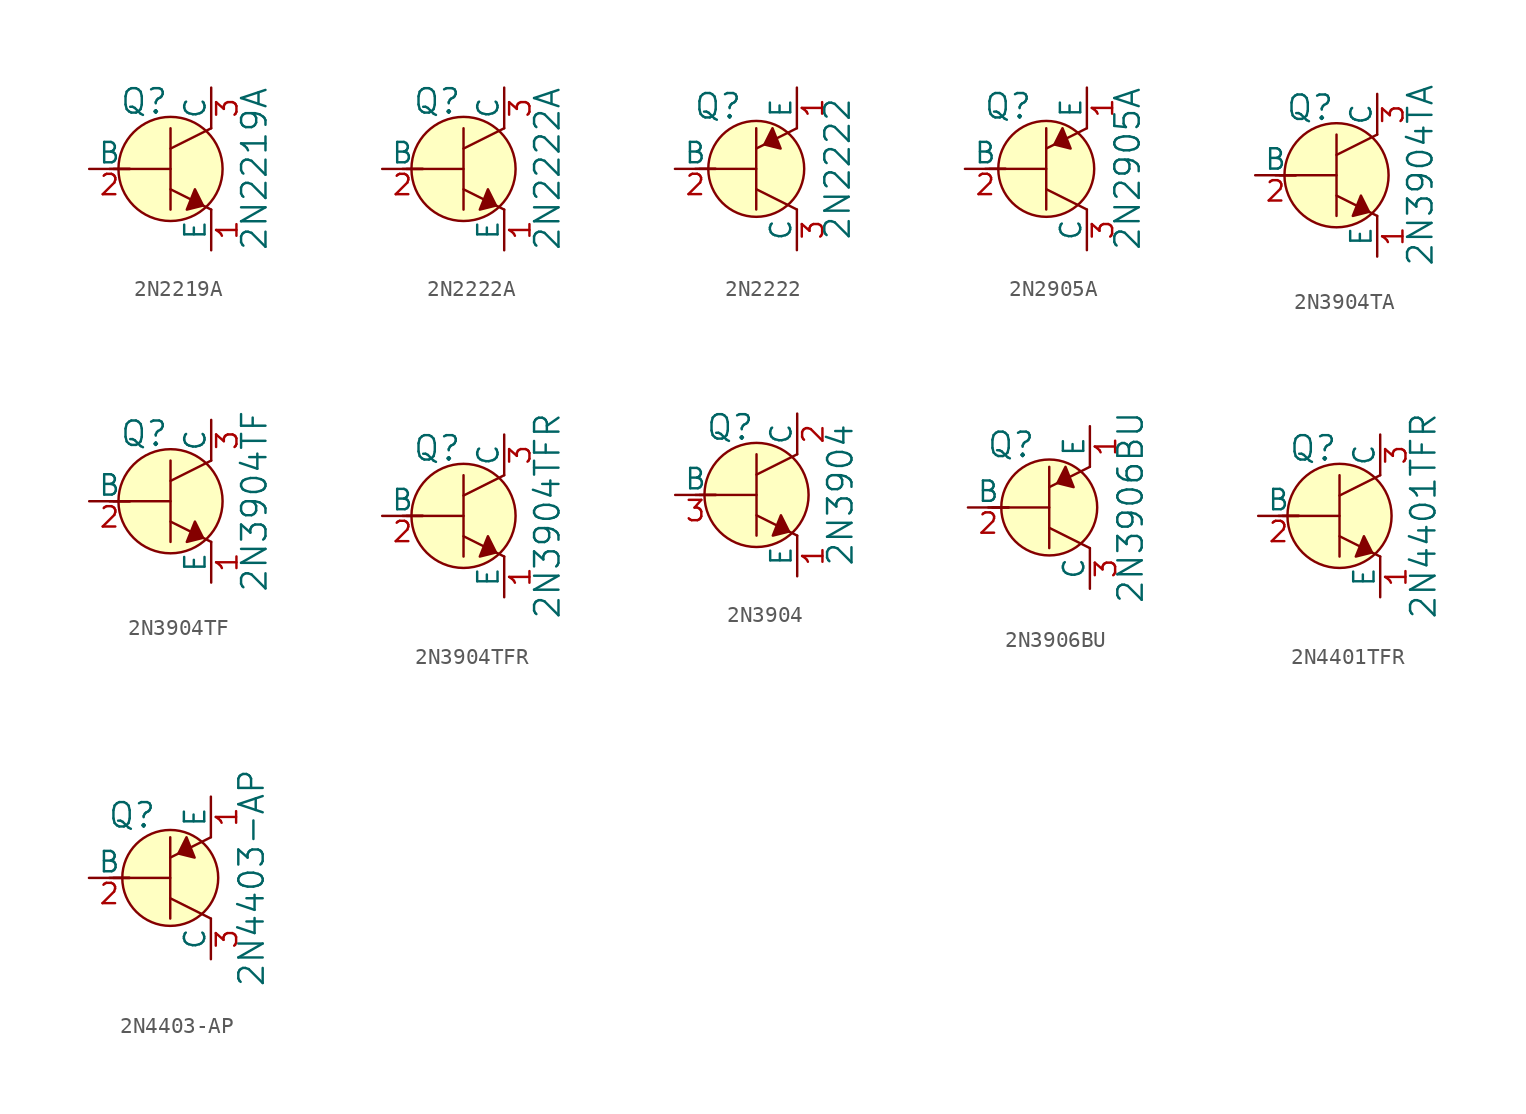
<source format=kicad_sym>
(kicad_symbol_lib
  (version 20220914)
  (generator kicad_symbol_editor)
  (symbol "2N2219A"
    (pin_names
      (offset 0))
    (property "Reference" "Q"
      (at -3.2 4.216 0)
      (effects (font (size 1.524 1.524)) (justify left)))
    (property "Value" "2N2219A"
      (at 5.232 0 90)
      (effects (font (size 1.524 1.524))))
    (symbol "2N2219A_0_1"
      (polyline (pts (xy -3.81 0) (xy -2.54 0)) (stroke (width 0) (type default)) (fill (type none)))
      (polyline (pts (xy -3.556 0) (xy 0 0)) (stroke (width 0) (type default)) (fill (type none)))
      (polyline (pts (xy 0 -1.27) (xy 2.54 -2.54)) (stroke (width 0) (type default)) (fill (type none)))
      (polyline (pts (xy 0 1.27) (xy 2.54 2.54)) (stroke (width 0) (type default)) (fill (type none)))
      (polyline (pts (xy 0 2.54) (xy 0 -2.54)) (stroke (width 0) (type default)) (fill (type none)))
      (polyline (pts (xy 1.524 -1.27) (xy 2.032 -2.286) (xy 1.016 -2.54) (xy 1.524 -1.27)) (stroke (width 0) (type default)) (fill (type outline)))
      (circle (center 0 0) (radius 3.251) (stroke (width 0) (type default)) (fill (type background))))
    (symbol "2N2219A_1_1"
      (pin passive line (at 2.54 -5.08 90) (length 2.54) (name "E" (effects (font (size 1.27 1.27)))) (number "1" (effects (font (size 1.27 1.27)))))
      (pin input line (at -5.08 0 0) (length 2.54) (name "B" (effects (font (size 1.27 1.27)))) (number "2" (effects (font (size 1.27 1.27)))))
      (pin passive line (at 2.54 5.08 270) (length 2.54) (name "C" (effects (font (size 1.27 1.27)))) (number "3" (effects (font (size 1.27 1.27)))))))
  (symbol "2N2222A"
    (pin_names
      (offset 0))
    (property "Reference" "Q"
      (at -3.2 4.216 0)
      (effects (font (size 1.524 1.524)) (justify left)))
    (property "Value" "2N2222A"
      (at 5.232 0 90)
      (effects (font (size 1.524 1.524))))
    (symbol "2N2222A_0_1"
      (polyline (pts (xy -3.81 0) (xy -2.54 0)) (stroke (width 0) (type default)) (fill (type none)))
      (polyline (pts (xy -3.556 0) (xy 0 0)) (stroke (width 0) (type default)) (fill (type none)))
      (polyline (pts (xy 0 -1.27) (xy 2.54 -2.54)) (stroke (width 0) (type default)) (fill (type none)))
      (polyline (pts (xy 0 1.27) (xy 2.54 2.54)) (stroke (width 0) (type default)) (fill (type none)))
      (polyline (pts (xy 0 2.54) (xy 0 -2.54)) (stroke (width 0) (type default)) (fill (type none)))
      (polyline (pts (xy 1.524 -1.27) (xy 2.032 -2.286) (xy 1.016 -2.54) (xy 1.524 -1.27)) (stroke (width 0) (type default)) (fill (type outline)))
      (circle (center 0 0) (radius 3.251) (stroke (width 0) (type default)) (fill (type background))))
    (symbol "2N2222A_1_1"
      (pin passive line (at 2.54 -5.08 90) (length 2.54) (name "E" (effects (font (size 1.27 1.27)))) (number "1" (effects (font (size 1.27 1.27)))))
      (pin input line (at -5.08 0 0) (length 2.54) (name "B" (effects (font (size 1.27 1.27)))) (number "2" (effects (font (size 1.27 1.27)))))
      (pin passive line (at 2.54 5.08 270) (length 2.54) (name "C" (effects (font (size 1.27 1.27)))) (number "3" (effects (font (size 1.27 1.27)))))))
  (symbol "2N2222"
    (pin_names
      (offset 0))
    (property "Reference" "Q"
      (at -2.388 3.912 0)
      (effects (font (size 1.524 1.524))))
    (property "Value" "2N2222"
      (at 5.08 0 90)
      (effects (font (size 1.524 1.524))))
    (symbol "2N2222_0_1"
      (polyline (pts (xy -3.81 0) (xy -2.54 0)) (stroke (width 0) (type default)) (fill (type none)))
      (polyline (pts (xy -3.556 0) (xy 0 0)) (stroke (width 0) (type default)) (fill (type none)))
      (polyline (pts (xy 0 -1.27) (xy 2.54 -2.54)) (stroke (width 0) (type default)) (fill (type none)))
      (polyline (pts (xy 0 1.27) (xy 2.54 2.54)) (stroke (width 0) (type default)) (fill (type none)))
      (polyline (pts (xy 0 2.54) (xy 0 -2.54)) (stroke (width 0) (type default)) (fill (type none)))
      (polyline (pts (xy 1.016 2.54) (xy 0.508 1.524) (xy 1.524 1.27) (xy 1.016 2.54)) (stroke (width 0) (type default)) (fill (type outline)))
      (circle (center 0 0) (radius 2.997) (stroke (width 0) (type default)) (fill (type background))))
    (symbol "2N2222_1_1"
      (pin passive line (at 2.54 5.08 270) (length 2.54) (name "E" (effects (font (size 1.27 1.27)))) (number "1" (effects (font (size 1.27 1.27)))))
      (pin input line (at -5.08 0 0) (length 2.54) (name "B" (effects (font (size 1.27 1.27)))) (number "2" (effects (font (size 1.27 1.27)))))
      (pin passive line (at 2.54 -5.08 90) (length 2.54) (name "C" (effects (font (size 1.27 1.27)))) (number "3" (effects (font (size 1.27 1.27)))))))
  (symbol "2N2905A"
    (pin_names
      (offset 0))
    (property "Reference" "Q"
      (at -2.388 3.912 0)
      (effects (font (size 1.524 1.524))))
    (property "Value" "2N2905A"
      (at 5.08 0 90)
      (effects (font (size 1.524 1.524))))
    (symbol "2N2905A_0_1"
      (polyline (pts (xy -3.81 0) (xy -2.54 0)) (stroke (width 0) (type default)) (fill (type none)))
      (polyline (pts (xy -3.556 0) (xy 0 0)) (stroke (width 0) (type default)) (fill (type none)))
      (polyline (pts (xy 0 -1.27) (xy 2.54 -2.54)) (stroke (width 0) (type default)) (fill (type none)))
      (polyline (pts (xy 0 1.27) (xy 2.54 2.54)) (stroke (width 0) (type default)) (fill (type none)))
      (polyline (pts (xy 0 2.54) (xy 0 -2.54)) (stroke (width 0) (type default)) (fill (type none)))
      (polyline (pts (xy 1.016 2.54) (xy 0.508 1.524) (xy 1.524 1.27) (xy 1.016 2.54)) (stroke (width 0) (type default)) (fill (type outline)))
      (circle (center 0 0) (radius 2.997) (stroke (width 0) (type default)) (fill (type background))))
    (symbol "2N2905A_1_1"
      (pin passive line (at 2.54 5.08 270) (length 2.54) (name "E" (effects (font (size 1.27 1.27)))) (number "1" (effects (font (size 1.27 1.27)))))
      (pin input line (at -5.08 0 0) (length 2.54) (name "B" (effects (font (size 1.27 1.27)))) (number "2" (effects (font (size 1.27 1.27)))))
      (pin passive line (at 2.54 -5.08 90) (length 2.54) (name "C" (effects (font (size 1.27 1.27)))) (number "3" (effects (font (size 1.27 1.27)))))))
  (symbol "2N3904TA"
    (pin_names
      (offset 0))
    (property "Reference" "Q"
      (at -3.2 4.216 0)
      (effects (font (size 1.524 1.524)) (justify left)))
    (property "Value" "2N3904TA"
      (at 5.232 0 90)
      (effects (font (size 1.524 1.524))))
    (symbol "2N3904TA_0_1"
      (polyline (pts (xy -3.81 0) (xy -2.54 0)) (stroke (width 0) (type default)) (fill (type none)))
      (polyline (pts (xy -3.556 0) (xy 0 0)) (stroke (width 0) (type default)) (fill (type none)))
      (polyline (pts (xy 0 -1.27) (xy 2.54 -2.54)) (stroke (width 0) (type default)) (fill (type none)))
      (polyline (pts (xy 0 1.27) (xy 2.54 2.54)) (stroke (width 0) (type default)) (fill (type none)))
      (polyline (pts (xy 0 2.54) (xy 0 -2.54)) (stroke (width 0) (type default)) (fill (type none)))
      (polyline (pts (xy 1.524 -1.27) (xy 2.032 -2.286) (xy 1.016 -2.54) (xy 1.524 -1.27)) (stroke (width 0) (type default)) (fill (type outline)))
      (circle (center 0 0) (radius 3.251) (stroke (width 0) (type default)) (fill (type background))))
    (symbol "2N3904TA_1_1"
      (pin passive line (at 2.54 -5.08 90) (length 2.54) (name "E" (effects (font (size 1.27 1.27)))) (number "1" (effects (font (size 1.27 1.27)))))
      (pin input line (at -5.08 0 0) (length 2.54) (name "B" (effects (font (size 1.27 1.27)))) (number "2" (effects (font (size 1.27 1.27)))))
      (pin passive line (at 2.54 5.08 270) (length 2.54) (name "C" (effects (font (size 1.27 1.27)))) (number "3" (effects (font (size 1.27 1.27)))))))
  (symbol "2N3904TF"
    (pin_names
      (offset 0))
    (property "Reference" "Q"
      (at -3.2 4.216 0)
      (effects (font (size 1.524 1.524)) (justify left)))
    (property "Value" "2N3904TF"
      (at 5.232 0 90)
      (effects (font (size 1.524 1.524))))
    (symbol "2N3904TF_0_1"
      (polyline (pts (xy -3.81 0) (xy -2.54 0)) (stroke (width 0) (type default)) (fill (type none)))
      (polyline (pts (xy -3.556 0) (xy 0 0)) (stroke (width 0) (type default)) (fill (type none)))
      (polyline (pts (xy 0 -1.27) (xy 2.54 -2.54)) (stroke (width 0) (type default)) (fill (type none)))
      (polyline (pts (xy 0 1.27) (xy 2.54 2.54)) (stroke (width 0) (type default)) (fill (type none)))
      (polyline (pts (xy 0 2.54) (xy 0 -2.54)) (stroke (width 0) (type default)) (fill (type none)))
      (polyline (pts (xy 1.524 -1.27) (xy 2.032 -2.286) (xy 1.016 -2.54) (xy 1.524 -1.27)) (stroke (width 0) (type default)) (fill (type outline)))
      (circle (center 0 0) (radius 3.251) (stroke (width 0) (type default)) (fill (type background))))
    (symbol "2N3904TF_1_1"
      (pin passive line (at 2.54 -5.08 90) (length 2.54) (name "E" (effects (font (size 1.27 1.27)))) (number "1" (effects (font (size 1.27 1.27)))))
      (pin input line (at -5.08 0 0) (length 2.54) (name "B" (effects (font (size 1.27 1.27)))) (number "2" (effects (font (size 1.27 1.27)))))
      (pin passive line (at 2.54 5.08 270) (length 2.54) (name "C" (effects (font (size 1.27 1.27)))) (number "3" (effects (font (size 1.27 1.27)))))))
  (symbol "2N3904TFR"
    (pin_names
      (offset 0))
    (property "Reference" "Q"
      (at -3.2 4.216 0)
      (effects (font (size 1.524 1.524)) (justify left)))
    (property "Value" "2N3904TFR"
      (at 5.232 0 90)
      (effects (font (size 1.524 1.524))))
    (symbol "2N3904TFR_0_1"
      (polyline (pts (xy -3.81 0) (xy -2.54 0)) (stroke (width 0) (type default)) (fill (type none)))
      (polyline (pts (xy -3.556 0) (xy 0 0)) (stroke (width 0) (type default)) (fill (type none)))
      (polyline (pts (xy 0 -1.27) (xy 2.54 -2.54)) (stroke (width 0) (type default)) (fill (type none)))
      (polyline (pts (xy 0 1.27) (xy 2.54 2.54)) (stroke (width 0) (type default)) (fill (type none)))
      (polyline (pts (xy 0 2.54) (xy 0 -2.54)) (stroke (width 0) (type default)) (fill (type none)))
      (polyline (pts (xy 1.524 -1.27) (xy 2.032 -2.286) (xy 1.016 -2.54) (xy 1.524 -1.27)) (stroke (width 0) (type default)) (fill (type outline)))
      (circle (center 0 0) (radius 3.251) (stroke (width 0) (type default)) (fill (type background))))
    (symbol "2N3904TFR_1_1"
      (pin passive line (at 2.54 -5.08 90) (length 2.54) (name "E" (effects (font (size 1.27 1.27)))) (number "1" (effects (font (size 1.27 1.27)))))
      (pin input line (at -5.08 0 0) (length 2.54) (name "B" (effects (font (size 1.27 1.27)))) (number "2" (effects (font (size 1.27 1.27)))))
      (pin passive line (at 2.54 5.08 270) (length 2.54) (name "C" (effects (font (size 1.27 1.27)))) (number "3" (effects (font (size 1.27 1.27)))))))
  (symbol "2N3904"
    (pin_names
      (offset 0))
    (property "Reference" "Q"
      (at -3.2 4.216 0)
      (effects (font (size 1.524 1.524)) (justify left)))
    (property "Value" "2N3904"
      (at 5.232 0 90)
      (effects (font (size 1.524 1.524))))
    (symbol "2N3904_0_1"
      (polyline (pts (xy -3.81 0) (xy -2.54 0)) (stroke (width 0) (type default)) (fill (type none)))
      (polyline (pts (xy -3.556 0) (xy 0 0)) (stroke (width 0) (type default)) (fill (type none)))
      (polyline (pts (xy 0 -1.27) (xy 2.54 -2.54)) (stroke (width 0) (type default)) (fill (type none)))
      (polyline (pts (xy 0 1.27) (xy 2.54 2.54)) (stroke (width 0) (type default)) (fill (type none)))
      (polyline (pts (xy 0 2.54) (xy 0 -2.54)) (stroke (width 0) (type default)) (fill (type none)))
      (polyline (pts (xy 1.524 -1.27) (xy 2.032 -2.286) (xy 1.016 -2.54) (xy 1.524 -1.27)) (stroke (width 0) (type default)) (fill (type outline)))
      (circle (center 0 0) (radius 3.251) (stroke (width 0) (type default)) (fill (type background))))
    (symbol "2N3904_1_1"
      (pin passive line (at 2.54 -5.08 90) (length 2.54) (name "E" (effects (font (size 1.27 1.27)))) (number "1" (effects (font (size 1.27 1.27)))))
      (pin passive line (at 2.54 5.08 270) (length 2.54) (name "C" (effects (font (size 1.27 1.27)))) (number "2" (effects (font (size 1.27 1.27)))))
      (pin input line (at -5.08 0 0) (length 2.54) (name "B" (effects (font (size 1.27 1.27)))) (number "3" (effects (font (size 1.27 1.27)))))))
  (symbol "2N3906BU"
    (pin_names
      (offset 0))
    (property "Reference" "Q"
      (at -2.388 3.912 0)
      (effects (font (size 1.524 1.524))))
    (property "Value" "2N3906BU"
      (at 5.08 0 90)
      (effects (font (size 1.524 1.524))))
    (symbol "2N3906BU_0_1"
      (polyline (pts (xy -3.81 0) (xy -2.54 0)) (stroke (width 0) (type default)) (fill (type none)))
      (polyline (pts (xy -3.556 0) (xy 0 0)) (stroke (width 0) (type default)) (fill (type none)))
      (polyline (pts (xy 0 -1.27) (xy 2.54 -2.54)) (stroke (width 0) (type default)) (fill (type none)))
      (polyline (pts (xy 0 1.27) (xy 2.54 2.54)) (stroke (width 0) (type default)) (fill (type none)))
      (polyline (pts (xy 0 2.54) (xy 0 -2.54)) (stroke (width 0) (type default)) (fill (type none)))
      (polyline (pts (xy 1.016 2.54) (xy 0.508 1.524) (xy 1.524 1.27) (xy 1.016 2.54)) (stroke (width 0) (type default)) (fill (type outline)))
      (circle (center 0 0) (radius 2.997) (stroke (width 0) (type default)) (fill (type background))))
    (symbol "2N3906BU_1_1"
      (pin passive line (at 2.54 5.08 270) (length 2.54) (name "E" (effects (font (size 1.27 1.27)))) (number "1" (effects (font (size 1.27 1.27)))))
      (pin input line (at -5.08 0 0) (length 2.54) (name "B" (effects (font (size 1.27 1.27)))) (number "2" (effects (font (size 1.27 1.27)))))
      (pin passive line (at 2.54 -5.08 90) (length 2.54) (name "C" (effects (font (size 1.27 1.27)))) (number "3" (effects (font (size 1.27 1.27)))))))
  (symbol "2N4401TFR"
    (pin_names
      (offset 0))
    (property "Reference" "Q"
      (at -3.2 4.216 0)
      (effects (font (size 1.524 1.524)) (justify left)))
    (property "Value" "2N4401TFR"
      (at 5.232 0 90)
      (effects (font (size 1.524 1.524))))
    (symbol "2N4401TFR_0_1"
      (polyline (pts (xy -3.81 0) (xy -2.54 0)) (stroke (width 0) (type default)) (fill (type none)))
      (polyline (pts (xy -3.556 0) (xy 0 0)) (stroke (width 0) (type default)) (fill (type none)))
      (polyline (pts (xy 0 -1.27) (xy 2.54 -2.54)) (stroke (width 0) (type default)) (fill (type none)))
      (polyline (pts (xy 0 1.27) (xy 2.54 2.54)) (stroke (width 0) (type default)) (fill (type none)))
      (polyline (pts (xy 0 2.54) (xy 0 -2.54)) (stroke (width 0) (type default)) (fill (type none)))
      (polyline (pts (xy 1.524 -1.27) (xy 2.032 -2.286) (xy 1.016 -2.54) (xy 1.524 -1.27)) (stroke (width 0) (type default)) (fill (type outline)))
      (circle (center 0 0) (radius 3.251) (stroke (width 0) (type default)) (fill (type background))))
    (symbol "2N4401TFR_1_1"
      (pin passive line (at 2.54 -5.08 90) (length 2.54) (name "E" (effects (font (size 1.27 1.27)))) (number "1" (effects (font (size 1.27 1.27)))))
      (pin input line (at -5.08 0 0) (length 2.54) (name "B" (effects (font (size 1.27 1.27)))) (number "2" (effects (font (size 1.27 1.27)))))
      (pin passive line (at 2.54 5.08 270) (length 2.54) (name "C" (effects (font (size 1.27 1.27)))) (number "3" (effects (font (size 1.27 1.27)))))))
  (symbol "2N4403-AP"
    (pin_names
      (offset 0))
    (property "Reference" "Q"
      (at -2.388 3.912 0)
      (effects (font (size 1.524 1.524))))
    (property "Value" "2N4403-AP"
      (at 5.08 0 90)
      (effects (font (size 1.524 1.524))))
    (symbol "2N4403-AP_0_1"
      (polyline (pts (xy -3.81 0) (xy -2.54 0)) (stroke (width 0) (type default)) (fill (type none)))
      (polyline (pts (xy -3.556 0) (xy 0 0)) (stroke (width 0) (type default)) (fill (type none)))
      (polyline (pts (xy 0 -1.27) (xy 2.54 -2.54)) (stroke (width 0) (type default)) (fill (type none)))
      (polyline (pts (xy 0 1.27) (xy 2.54 2.54)) (stroke (width 0) (type default)) (fill (type none)))
      (polyline (pts (xy 0 2.54) (xy 0 -2.54)) (stroke (width 0) (type default)) (fill (type none)))
      (polyline (pts (xy 1.016 2.54) (xy 0.508 1.524) (xy 1.524 1.27) (xy 1.016 2.54)) (stroke (width 0) (type default)) (fill (type outline)))
      (circle (center 0 0) (radius 2.997) (stroke (width 0) (type default)) (fill (type background))))
    (symbol "2N4403-AP_1_1"
      (pin passive line (at 2.54 5.08 270) (length 2.54) (name "E" (effects (font (size 1.27 1.27)))) (number "1" (effects (font (size 1.27 1.27)))))
      (pin input line (at -5.08 0 0) (length 2.54) (name "B" (effects (font (size 1.27 1.27)))) (number "2" (effects (font (size 1.27 1.27)))))
      (pin passive line (at 2.54 -5.08 90) (length 2.54) (name "C" (effects (font (size 1.27 1.27)))) (number "3" (effects (font (size 1.27 1.27))))))))
</source>
